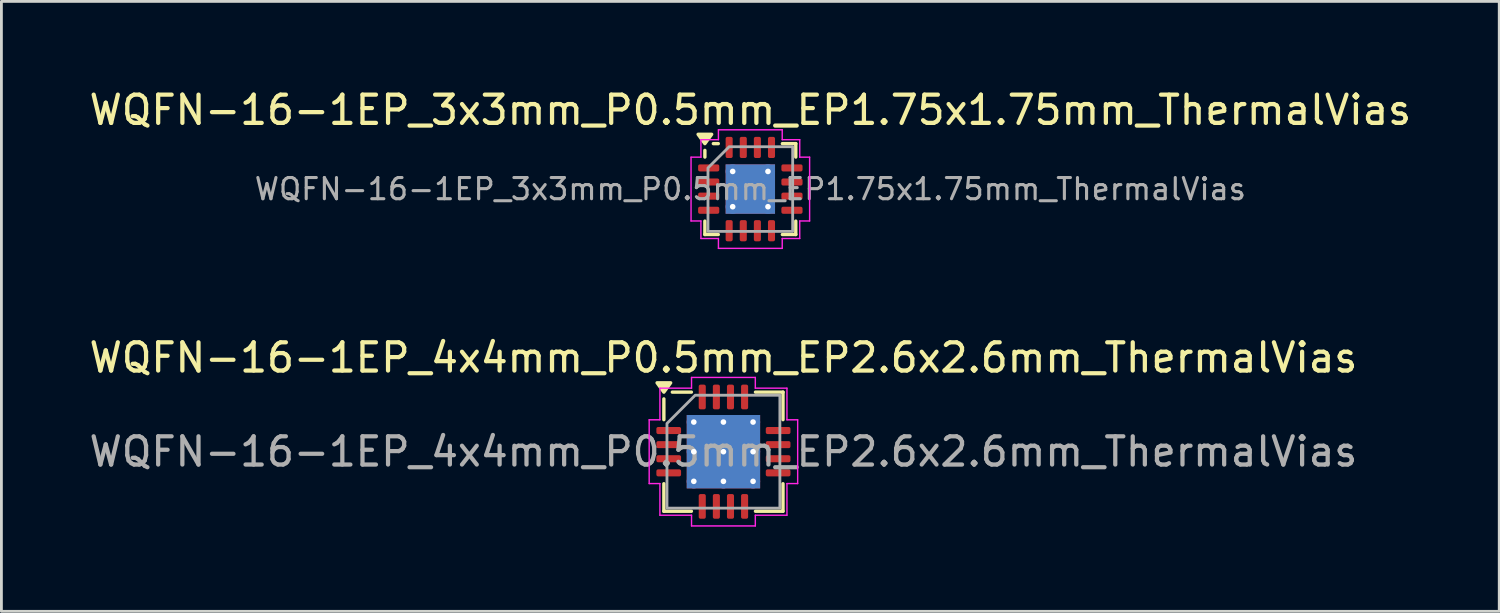
<source format=kicad_pcb>
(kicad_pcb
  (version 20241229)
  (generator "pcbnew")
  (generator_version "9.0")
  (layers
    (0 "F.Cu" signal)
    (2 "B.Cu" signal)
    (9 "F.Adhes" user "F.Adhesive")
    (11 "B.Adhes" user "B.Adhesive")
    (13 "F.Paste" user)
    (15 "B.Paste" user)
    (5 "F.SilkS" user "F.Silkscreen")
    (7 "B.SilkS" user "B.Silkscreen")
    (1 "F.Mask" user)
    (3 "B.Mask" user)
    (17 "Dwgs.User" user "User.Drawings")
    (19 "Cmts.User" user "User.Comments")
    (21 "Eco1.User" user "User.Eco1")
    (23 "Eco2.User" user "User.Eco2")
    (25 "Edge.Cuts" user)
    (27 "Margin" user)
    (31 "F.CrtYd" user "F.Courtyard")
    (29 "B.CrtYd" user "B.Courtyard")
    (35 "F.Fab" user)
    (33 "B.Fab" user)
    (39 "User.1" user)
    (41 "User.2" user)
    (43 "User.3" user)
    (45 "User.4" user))
  (footprint "WQFN-16-1EP_3x3mm_P0.5mm_EP1.75x1.75mm_ThermalVias"
    (layer "F.Cu")
    (at 23.53 3.648)
    (property "Reference" "WQFN-16-1EP_3x3mm_P0.5mm_EP1.75x1.75mm_ThermalVias" (at 0 -2.8 0) (layer "F.SilkS") (effects (font (size 1 1) (thickness 0.15))))
    (attr smd)
    (fp_line (start -1.61 -1.135) (end -1.61 -1.37) (stroke (width 0.12) (type solid)) (layer "F.SilkS"))
    (fp_line (start -1.61 1.61) (end -1.61 1.135) (stroke (width 0.12) (type solid)) (layer "F.SilkS"))
    (fp_line (start -1.135 -1.61) (end -1.31 -1.61) (stroke (width 0.12) (type solid)) (layer "F.SilkS"))
    (fp_line (start -1.135 1.61) (end -1.61 1.61) (stroke (width 0.12) (type solid)) (layer "F.SilkS"))
    (fp_line (start 1.135 -1.61) (end 1.61 -1.61) (stroke (width 0.12) (type solid)) (layer "F.SilkS"))
    (fp_line (start 1.135 1.61) (end 1.61 1.61) (stroke (width 0.12) (type solid)) (layer "F.SilkS"))
    (fp_line (start 1.61 -1.61) (end 1.61 -1.135) (stroke (width 0.12) (type solid)) (layer "F.SilkS"))
    (fp_line (start 1.61 1.61) (end 1.61 1.135) (stroke (width 0.12) (type solid)) (layer "F.SilkS"))
    (fp_poly (pts (xy -1.61 -1.61) (xy -1.85 -1.94) (xy -1.37 -1.94)) (stroke (width 0.12) (type solid)) (fill yes) (layer "F.SilkS"))
    (fp_line (start -2.1 -1.13) (end -1.75 -1.13) (stroke (width 0.05) (type solid)) (layer "F.CrtYd"))
    (fp_line (start -2.1 1.13) (end -2.1 -1.13) (stroke (width 0.05) (type solid)) (layer "F.CrtYd"))
    (fp_line (start -1.75 -1.75) (end -1.13 -1.75) (stroke (width 0.05) (type solid)) (layer "F.CrtYd"))
    (fp_line (start -1.75 -1.13) (end -1.75 -1.75) (stroke (width 0.05) (type solid)) (layer "F.CrtYd"))
    (fp_line (start -1.75 1.13) (end -2.1 1.13) (stroke (width 0.05) (type solid)) (layer "F.CrtYd"))
    (fp_line (start -1.75 1.75) (end -1.75 1.13) (stroke (width 0.05) (type solid)) (layer "F.CrtYd"))
    (fp_line (start -1.13 -2.1) (end 1.13 -2.1) (stroke (width 0.05) (type solid)) (layer "F.CrtYd"))
    (fp_line (start -1.13 -1.75) (end -1.13 -2.1) (stroke (width 0.05) (type solid)) (layer "F.CrtYd"))
    (fp_line (start -1.13 1.75) (end -1.75 1.75) (stroke (width 0.05) (type solid)) (layer "F.CrtYd"))
    (fp_line (start -1.13 2.1) (end -1.13 1.75) (stroke (width 0.05) (type solid)) (layer "F.CrtYd"))
    (fp_line (start 1.13 -2.1) (end 1.13 -1.75) (stroke (width 0.05) (type solid)) (layer "F.CrtYd"))
    (fp_line (start 1.13 -1.75) (end 1.75 -1.75) (stroke (width 0.05) (type solid)) (layer "F.CrtYd"))
    (fp_line (start 1.13 1.75) (end 1.13 2.1) (stroke (width 0.05) (type solid)) (layer "F.CrtYd"))
    (fp_line (start 1.13 2.1) (end -1.13 2.1) (stroke (width 0.05) (type solid)) (layer "F.CrtYd"))
    (fp_line (start 1.75 -1.75) (end 1.75 -1.13) (stroke (width 0.05) (type solid)) (layer "F.CrtYd"))
    (fp_line (start 1.75 -1.13) (end 2.1 -1.13) (stroke (width 0.05) (type solid)) (layer "F.CrtYd"))
    (fp_line (start 1.75 1.13) (end 1.75 1.75) (stroke (width 0.05) (type solid)) (layer "F.CrtYd"))
    (fp_line (start 1.75 1.75) (end 1.13 1.75) (stroke (width 0.05) (type solid)) (layer "F.CrtYd"))
    (fp_line (start 2.1 -1.13) (end 2.1 1.13) (stroke (width 0.05) (type solid)) (layer "F.CrtYd"))
    (fp_line (start 2.1 1.13) (end 1.75 1.13) (stroke (width 0.05) (type solid)) (layer "F.CrtYd"))
    (fp_poly (pts (xy -1.5 -0.75) (xy -1.5 1.5) (xy 1.5 1.5) (xy 1.5 -1.5) (xy -0.75 -1.5)) (stroke (width 0.1) (type solid)) (fill no) (layer "F.Fab"))
    (fp_text user "${REFERENCE}" (at 0 0 0) (layer "F.Fab") (effects (font (size 0.75 0.75) (thickness 0.11))))
    (pad "" smd roundrect (at -0.44 -0.44) (size 0.76 0.76) (layers "F.Paste") (roundrect_rratio 0.25))
    (pad "" smd roundrect (at -0.44 0.44) (size 0.76 0.76) (layers "F.Paste") (roundrect_rratio 0.25))
    (pad "" smd roundrect (at 0.44 -0.44) (size 0.76 0.76) (layers "F.Paste") (roundrect_rratio 0.25))
    (pad "" smd roundrect (at 0.44 0.44) (size 0.76 0.76) (layers "F.Paste") (roundrect_rratio 0.25))
    (pad "1" smd roundrect (at -1.475 -0.75) (size 0.75 0.25) (layers "F.Cu" "F.Mask" "F.Paste") (roundrect_rratio 0.25))
    (pad "2" smd roundrect (at -1.475 -0.25) (size 0.75 0.25) (layers "F.Cu" "F.Mask" "F.Paste") (roundrect_rratio 0.25))
    (pad "3" smd roundrect (at -1.475 0.25) (size 0.75 0.25) (layers "F.Cu" "F.Mask" "F.Paste") (roundrect_rratio 0.25))
    (pad "4" smd roundrect (at -1.475 0.75) (size 0.75 0.25) (layers "F.Cu" "F.Mask" "F.Paste") (roundrect_rratio 0.25))
    (pad "5" smd roundrect (at -0.75 1.475) (size 0.25 0.75) (layers "F.Cu" "F.Mask" "F.Paste") (roundrect_rratio 0.25))
    (pad "6" smd roundrect (at -0.25 1.475) (size 0.25 0.75) (layers "F.Cu" "F.Mask" "F.Paste") (roundrect_rratio 0.25))
    (pad "7" smd roundrect (at 0.25 1.475) (size 0.25 0.75) (layers "F.Cu" "F.Mask" "F.Paste") (roundrect_rratio 0.25))
    (pad "8" smd roundrect (at 0.75 1.475) (size 0.25 0.75) (layers "F.Cu" "F.Mask" "F.Paste") (roundrect_rratio 0.25))
    (pad "9" smd roundrect (at 1.475 0.75) (size 0.75 0.25) (layers "F.Cu" "F.Mask" "F.Paste") (roundrect_rratio 0.25))
    (pad "10" smd roundrect (at 1.475 0.25) (size 0.75 0.25) (layers "F.Cu" "F.Mask" "F.Paste") (roundrect_rratio 0.25))
    (pad "11" smd roundrect (at 1.475 -0.25) (size 0.75 0.25) (layers "F.Cu" "F.Mask" "F.Paste") (roundrect_rratio 0.25))
    (pad "12" smd roundrect (at 1.475 -0.75) (size 0.75 0.25) (layers "F.Cu" "F.Mask" "F.Paste") (roundrect_rratio 0.25))
    (pad "13" smd roundrect (at 0.75 -1.475) (size 0.25 0.75) (layers "F.Cu" "F.Mask" "F.Paste") (roundrect_rratio 0.25))
    (pad "14" smd roundrect (at 0.25 -1.475) (size 0.25 0.75) (layers "F.Cu" "F.Mask" "F.Paste") (roundrect_rratio 0.25))
    (pad "15" smd roundrect (at -0.25 -1.475) (size 0.25 0.75) (layers "F.Cu" "F.Mask" "F.Paste") (roundrect_rratio 0.25))
    (pad "16" smd roundrect (at -0.75 -1.475) (size 0.25 0.75) (layers "F.Cu" "F.Mask" "F.Paste") (roundrect_rratio 0.25))
    (pad "17" thru_hole circle (at -0.625 -0.625) (size 0.5 0.5) (drill 0.2) (property pad_prop_heatsink) (layers "*.Cu"))
    (pad "17" thru_hole circle (at -0.625 0.625) (size 0.5 0.5) (drill 0.2) (property pad_prop_heatsink) (layers "*.Cu"))
    (pad "17" smd rect (at 0 0) (size 1.75 1.75) (property pad_prop_heatsink) (layers "F.Cu" "F.Mask"))
    (pad "17" smd rect (at 0 0) (size 1.75 1.75) (property pad_prop_heatsink) (layers "B.Cu"))
    (pad "17" thru_hole circle (at 0.625 -0.625) (size 0.5 0.5) (drill 0.2) (property pad_prop_heatsink) (layers "*.Cu"))
    (pad "17" thru_hole circle (at 0.625 0.625) (size 0.5 0.5) (drill 0.2) (property pad_prop_heatsink) (layers "*.Cu")))
  (footprint "WQFN-16-1EP_4x4mm_P0.5mm_EP2.6x2.6mm_ThermalVias"
    (layer "F.Cu")
    (at 22.577 12.951)
    (property "Reference" "WQFN-16-1EP_4x4mm_P0.5mm_EP2.6x2.6mm_ThermalVias" (at 0 -3.33 0) (layer "F.SilkS") (effects (font (size 1 1) (thickness 0.15))))
    (attr smd)
    (fp_line (start -2.11 -1.135) (end -2.11 -1.87) (stroke (width 0.12) (type solid)) (layer "F.SilkS"))
    (fp_line (start -2.11 2.11) (end -2.11 1.135) (stroke (width 0.12) (type solid)) (layer "F.SilkS"))
    (fp_line (start -1.135 -2.11) (end -1.81 -2.11) (stroke (width 0.12) (type solid)) (layer "F.SilkS"))
    (fp_line (start -1.135 2.11) (end -2.11 2.11) (stroke (width 0.12) (type solid)) (layer "F.SilkS"))
    (fp_line (start 1.135 -2.11) (end 2.11 -2.11) (stroke (width 0.12) (type solid)) (layer "F.SilkS"))
    (fp_line (start 1.135 2.11) (end 2.11 2.11) (stroke (width 0.12) (type solid)) (layer "F.SilkS"))
    (fp_line (start 2.11 -2.11) (end 2.11 -1.135) (stroke (width 0.12) (type solid)) (layer "F.SilkS"))
    (fp_line (start 2.11 2.11) (end 2.11 1.135) (stroke (width 0.12) (type solid)) (layer "F.SilkS"))
    (fp_poly (pts (xy -2.11 -2.11) (xy -2.35 -2.44) (xy -1.87 -2.44)) (stroke (width 0.12) (type solid)) (fill yes) (layer "F.SilkS"))
    (fp_line (start -2.63 -1.13) (end -2.25 -1.13) (stroke (width 0.05) (type solid)) (layer "F.CrtYd"))
    (fp_line (start -2.63 1.13) (end -2.63 -1.13) (stroke (width 0.05) (type solid)) (layer "F.CrtYd"))
    (fp_line (start -2.25 -2.25) (end -1.13 -2.25) (stroke (width 0.05) (type solid)) (layer "F.CrtYd"))
    (fp_line (start -2.25 -1.13) (end -2.25 -2.25) (stroke (width 0.05) (type solid)) (layer "F.CrtYd"))
    (fp_line (start -2.25 1.13) (end -2.63 1.13) (stroke (width 0.05) (type solid)) (layer "F.CrtYd"))
    (fp_line (start -2.25 2.25) (end -2.25 1.13) (stroke (width 0.05) (type solid)) (layer "F.CrtYd"))
    (fp_line (start -1.13 -2.63) (end 1.13 -2.63) (stroke (width 0.05) (type solid)) (layer "F.CrtYd"))
    (fp_line (start -1.13 -2.25) (end -1.13 -2.63) (stroke (width 0.05) (type solid)) (layer "F.CrtYd"))
    (fp_line (start -1.13 2.25) (end -2.25 2.25) (stroke (width 0.05) (type solid)) (layer "F.CrtYd"))
    (fp_line (start -1.13 2.63) (end -1.13 2.25) (stroke (width 0.05) (type solid)) (layer "F.CrtYd"))
    (fp_line (start 1.13 -2.63) (end 1.13 -2.25) (stroke (width 0.05) (type solid)) (layer "F.CrtYd"))
    (fp_line (start 1.13 -2.25) (end 2.25 -2.25) (stroke (width 0.05) (type solid)) (layer "F.CrtYd"))
    (fp_line (start 1.13 2.25) (end 1.13 2.63) (stroke (width 0.05) (type solid)) (layer "F.CrtYd"))
    (fp_line (start 1.13 2.63) (end -1.13 2.63) (stroke (width 0.05) (type solid)) (layer "F.CrtYd"))
    (fp_line (start 2.25 -2.25) (end 2.25 -1.13) (stroke (width 0.05) (type solid)) (layer "F.CrtYd"))
    (fp_line (start 2.25 -1.13) (end 2.63 -1.13) (stroke (width 0.05) (type solid)) (layer "F.CrtYd"))
    (fp_line (start 2.25 1.13) (end 2.25 2.25) (stroke (width 0.05) (type solid)) (layer "F.CrtYd"))
    (fp_line (start 2.25 2.25) (end 1.13 2.25) (stroke (width 0.05) (type solid)) (layer "F.CrtYd"))
    (fp_line (start 2.63 -1.13) (end 2.63 1.13) (stroke (width 0.05) (type solid)) (layer "F.CrtYd"))
    (fp_line (start 2.63 1.13) (end 2.25 1.13) (stroke (width 0.05) (type solid)) (layer "F.CrtYd"))
    (fp_poly (pts (xy -2 -1) (xy -2 2) (xy 2 2) (xy 2 -2) (xy -1 -2)) (stroke (width 0.1) (type solid)) (fill no) (layer "F.Fab"))
    (fp_text user "${REFERENCE}" (at 0 0 0) (layer "F.Fab") (effects (font (size 1 1) (thickness 0.15))))
    (pad "" smd roundrect (at -0.65 -0.65) (size 1.13 1.13) (layers "F.Paste") (roundrect_rratio 0.221))
    (pad "" smd roundrect (at -0.65 0.65) (size 1.13 1.13) (layers "F.Paste") (roundrect_rratio 0.221))
    (pad "" smd roundrect (at 0.65 -0.65) (size 1.13 1.13) (layers "F.Paste") (roundrect_rratio 0.221))
    (pad "" smd roundrect (at 0.65 0.65) (size 1.13 1.13) (layers "F.Paste") (roundrect_rratio 0.221))
    (pad "1" smd roundrect (at -1.938 -0.75) (size 0.875 0.25) (layers "F.Cu" "F.Mask" "F.Paste") (roundrect_rratio 0.25))
    (pad "2" smd roundrect (at -1.938 -0.25) (size 0.875 0.25) (layers "F.Cu" "F.Mask" "F.Paste") (roundrect_rratio 0.25))
    (pad "3" smd roundrect (at -1.938 0.25) (size 0.875 0.25) (layers "F.Cu" "F.Mask" "F.Paste") (roundrect_rratio 0.25))
    (pad "4" smd roundrect (at -1.938 0.75) (size 0.875 0.25) (layers "F.Cu" "F.Mask" "F.Paste") (roundrect_rratio 0.25))
    (pad "5" smd roundrect (at -0.75 1.938) (size 0.25 0.875) (layers "F.Cu" "F.Mask" "F.Paste") (roundrect_rratio 0.25))
    (pad "6" smd roundrect (at -0.25 1.938) (size 0.25 0.875) (layers "F.Cu" "F.Mask" "F.Paste") (roundrect_rratio 0.25))
    (pad "7" smd roundrect (at 0.25 1.938) (size 0.25 0.875) (layers "F.Cu" "F.Mask" "F.Paste") (roundrect_rratio 0.25))
    (pad "8" smd roundrect (at 0.75 1.938) (size 0.25 0.875) (layers "F.Cu" "F.Mask" "F.Paste") (roundrect_rratio 0.25))
    (pad "9" smd roundrect (at 1.938 0.75) (size 0.875 0.25) (layers "F.Cu" "F.Mask" "F.Paste") (roundrect_rratio 0.25))
    (pad "10" smd roundrect (at 1.938 0.25) (size 0.875 0.25) (layers "F.Cu" "F.Mask" "F.Paste") (roundrect_rratio 0.25))
    (pad "11" smd roundrect (at 1.938 -0.25) (size 0.875 0.25) (layers "F.Cu" "F.Mask" "F.Paste") (roundrect_rratio 0.25))
    (pad "12" smd roundrect (at 1.938 -0.75) (size 0.875 0.25) (layers "F.Cu" "F.Mask" "F.Paste") (roundrect_rratio 0.25))
    (pad "13" smd roundrect (at 0.75 -1.938) (size 0.25 0.875) (layers "F.Cu" "F.Mask" "F.Paste") (roundrect_rratio 0.25))
    (pad "14" smd roundrect (at 0.25 -1.938) (size 0.25 0.875) (layers "F.Cu" "F.Mask" "F.Paste") (roundrect_rratio 0.25))
    (pad "15" smd roundrect (at -0.25 -1.938) (size 0.25 0.875) (layers "F.Cu" "F.Mask" "F.Paste") (roundrect_rratio 0.25))
    (pad "16" smd roundrect (at -0.75 -1.938) (size 0.25 0.875) (layers "F.Cu" "F.Mask" "F.Paste") (roundrect_rratio 0.25))
    (pad "17" thru_hole circle (at -1.05 -1.05) (size 0.5 0.5) (drill 0.2) (property pad_prop_heatsink) (layers "*.Cu"))
    (pad "17" thru_hole circle (at -1.05 0) (size 0.5 0.5) (drill 0.2) (property pad_prop_heatsink) (layers "*.Cu"))
    (pad "17" thru_hole circle (at -1.05 1.05) (size 0.5 0.5) (drill 0.2) (property pad_prop_heatsink) (layers "*.Cu"))
    (pad "17" thru_hole circle (at 0 -1.05) (size 0.5 0.5) (drill 0.2) (property pad_prop_heatsink) (layers "*.Cu"))
    (pad "17" thru_hole circle (at 0 0) (size 0.5 0.5) (drill 0.2) (property pad_prop_heatsink) (layers "*.Cu"))
    (pad "17" smd rect (at 0 0) (size 2.6 2.6) (property pad_prop_heatsink) (layers "F.Cu" "F.Mask"))
    (pad "17" smd rect (at 0 0) (size 2.6 2.6) (property pad_prop_heatsink) (layers "B.Cu"))
    (pad "17" thru_hole circle (at 0 1.05) (size 0.5 0.5) (drill 0.2) (property pad_prop_heatsink) (layers "*.Cu"))
    (pad "17" thru_hole circle (at 1.05 -1.05) (size 0.5 0.5) (drill 0.2) (property pad_prop_heatsink) (layers "*.Cu"))
    (pad "17" thru_hole circle (at 1.05 0) (size 0.5 0.5) (drill 0.2) (property pad_prop_heatsink) (layers "*.Cu"))
    (pad "17" thru_hole circle (at 1.05 1.05) (size 0.5 0.5) (drill 0.2) (property pad_prop_heatsink) (layers "*.Cu")))
  (gr_rect
    (start -3 -3)
    (end 50.06 18.607)
    (stroke (width 0.1) (type default))
    (fill no)
    (layer "Edge.Cuts")))
</source>
